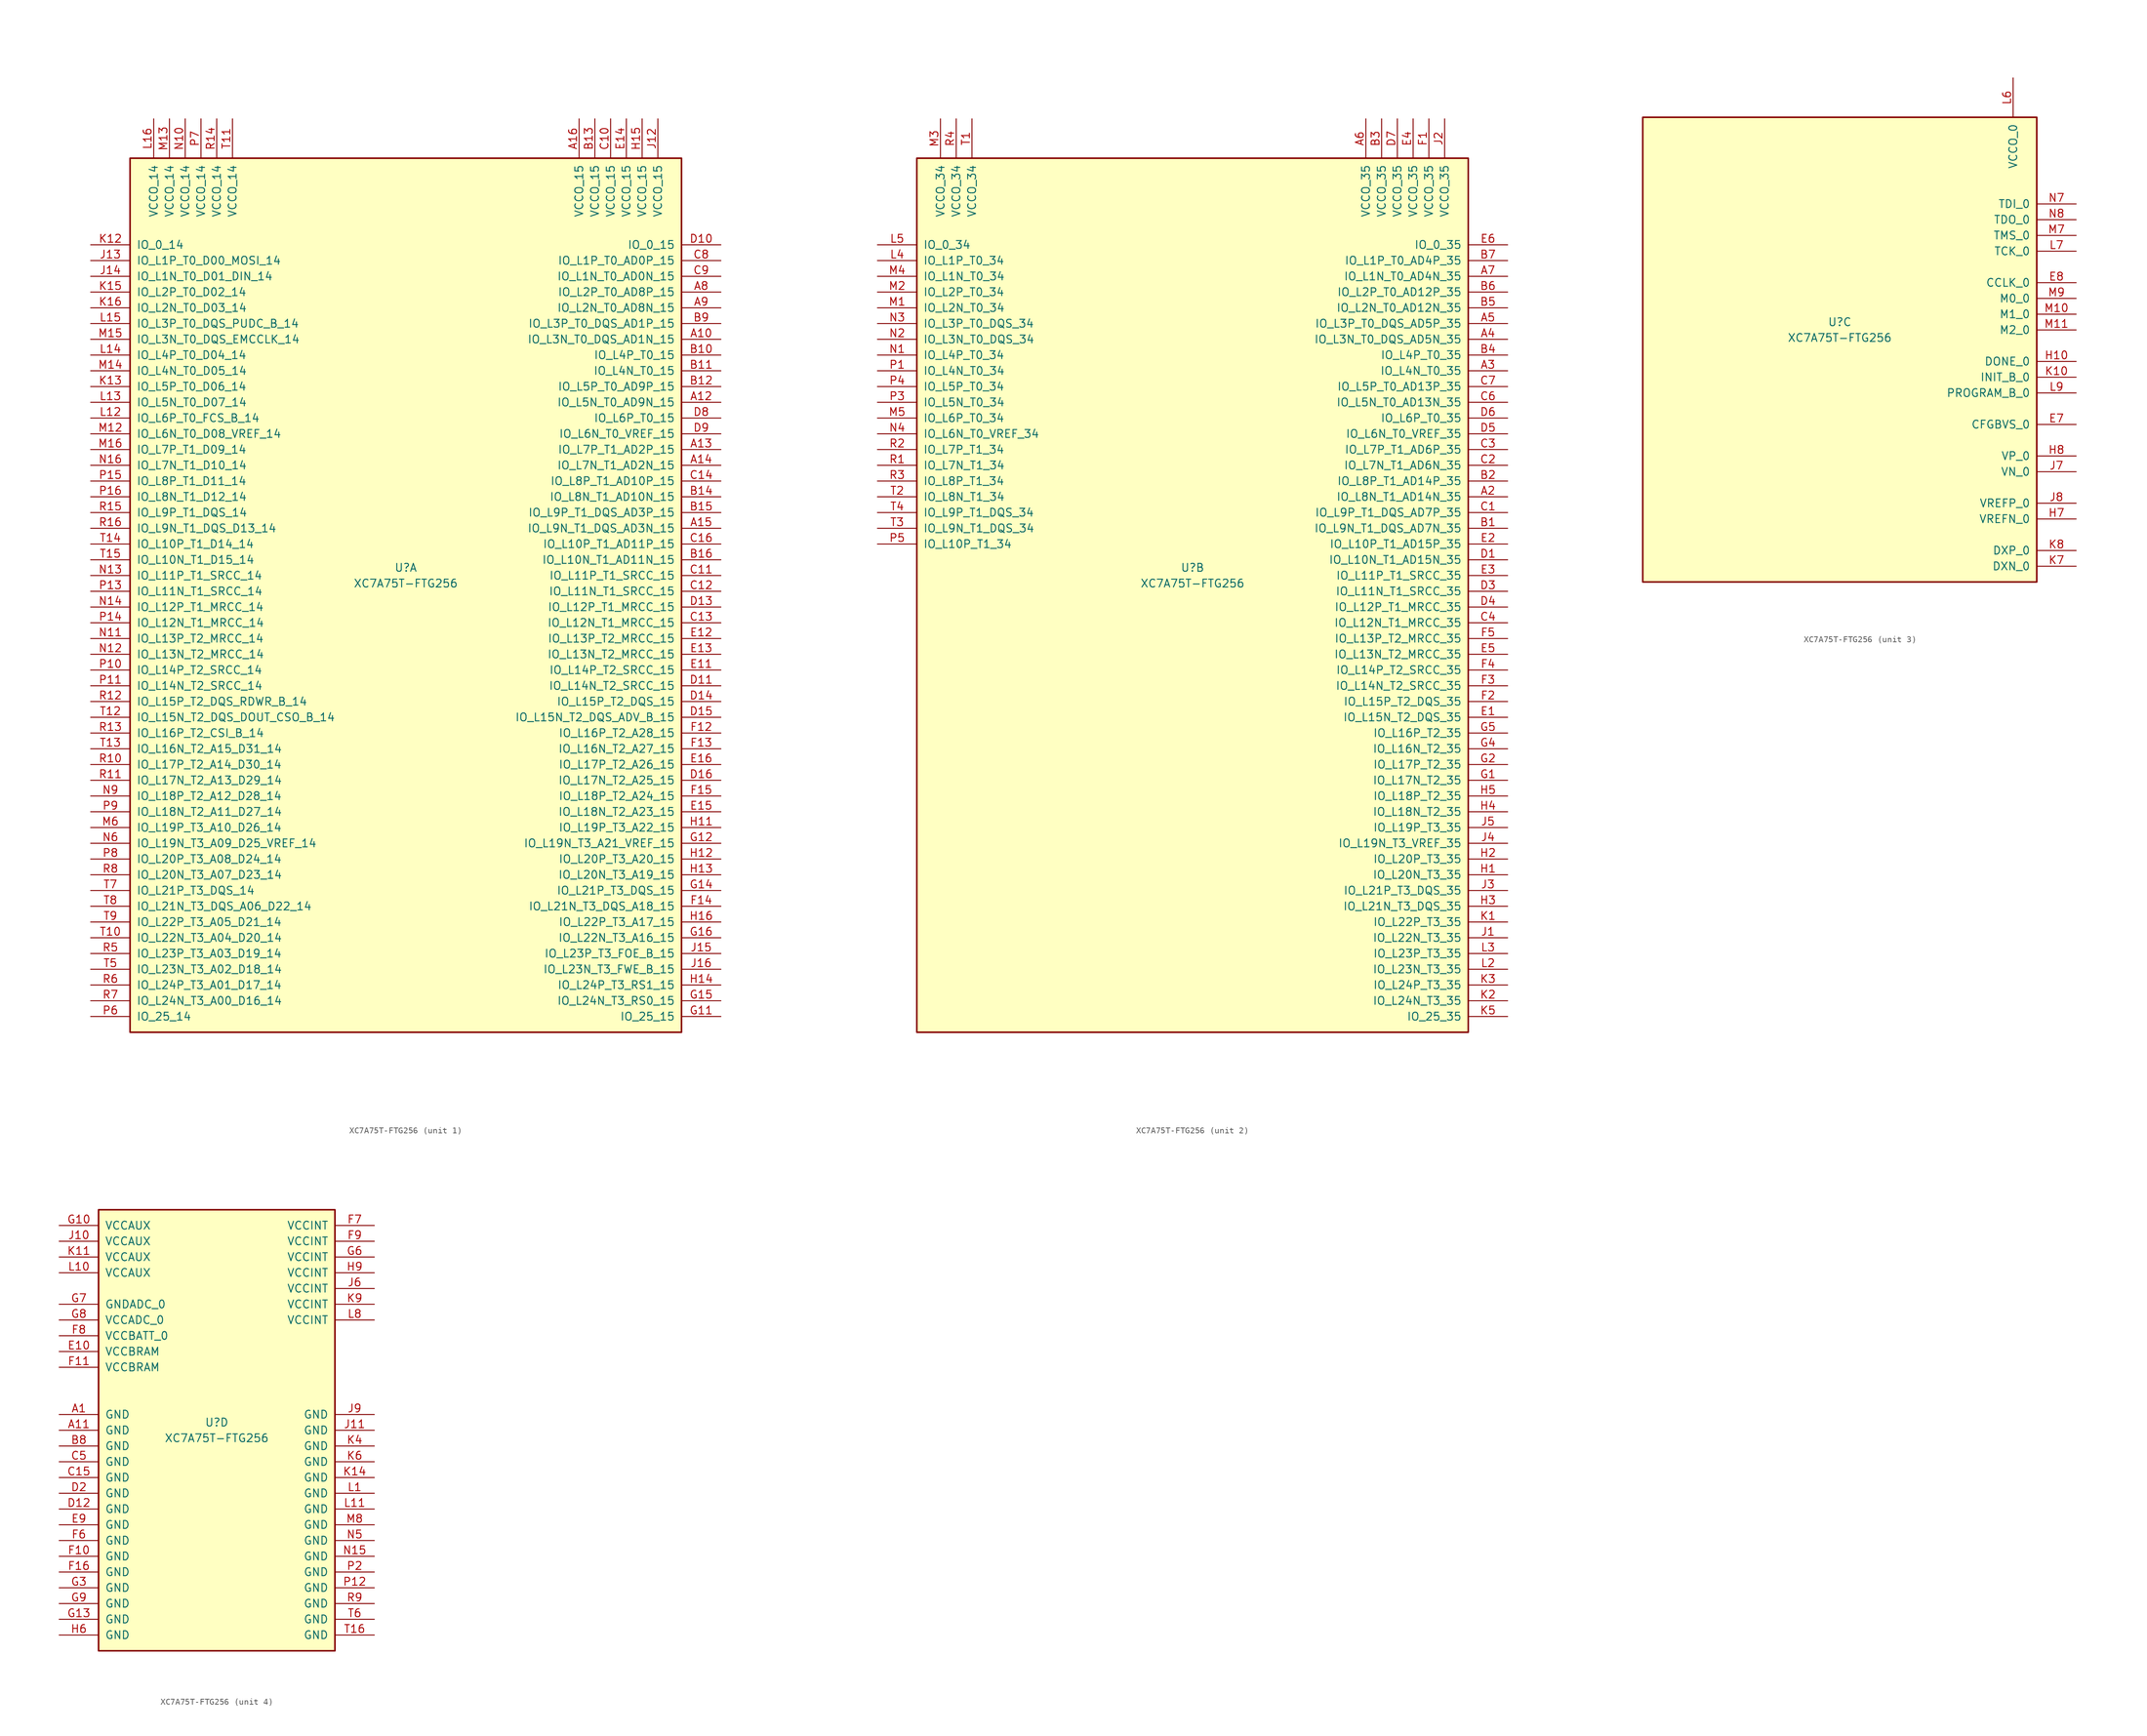
<source format=kicad_sym>
(kicad_symbol_lib
  (version 20220914)
  (generator kicad_symbol_editor)
  (symbol "XC7A75T-FTG256"
    (pin_names
      (offset 1.016))
    (property "Reference" "U"
      (at 0 1.27 0)
      (effects (font (size 1.27 1.27))))
    (property "Value" "XC7A75T-FTG256"
      (at 0 -1.27 0)
      (effects (font (size 1.27 1.27))))
    (property "Datasheet" ""
      (at 0 0 0)
      (effects (font (size 1.27 1.27))))
    (property "ki_locked" ""
      (at 0 0 0)
      (effects (font (size 1.27 1.27))))
    (symbol "XC7A75T-FTG256_1_1"
      (rectangle (start -44.45 67.31) (end 44.45 -73.66) (stroke (width 0.254) (type default)) (fill (type background)))
      (pin bidirectional line (at 50.8 38.1 180) (length 6.35) (name "IO_L3N_T0_DQS_AD1N_15" (effects (font (size 1.27 1.27)))) (number "A10" (effects (font (size 1.27 1.27)))))
      (pin bidirectional line (at 50.8 27.94 180) (length 6.35) (name "IO_L5N_T0_AD9N_15" (effects (font (size 1.27 1.27)))) (number "A12" (effects (font (size 1.27 1.27)))))
      (pin bidirectional line (at 50.8 20.32 180) (length 6.35) (name "IO_L7P_T1_AD2P_15" (effects (font (size 1.27 1.27)))) (number "A13" (effects (font (size 1.27 1.27)))))
      (pin bidirectional line (at 50.8 17.78 180) (length 6.35) (name "IO_L7N_T1_AD2N_15" (effects (font (size 1.27 1.27)))) (number "A14" (effects (font (size 1.27 1.27)))))
      (pin bidirectional line (at 50.8 7.62 180) (length 6.35) (name "IO_L9N_T1_DQS_AD3N_15" (effects (font (size 1.27 1.27)))) (number "A15" (effects (font (size 1.27 1.27)))))
      (pin power_in line (at 27.94 73.66 270) (length 6.35) (name "VCCO_15" (effects (font (size 1.27 1.27)))) (number "A16" (effects (font (size 1.27 1.27)))))
      (pin bidirectional line (at 50.8 45.72 180) (length 6.35) (name "IO_L2P_T0_AD8P_15" (effects (font (size 1.27 1.27)))) (number "A8" (effects (font (size 1.27 1.27)))))
      (pin bidirectional line (at 50.8 43.18 180) (length 6.35) (name "IO_L2N_T0_AD8N_15" (effects (font (size 1.27 1.27)))) (number "A9" (effects (font (size 1.27 1.27)))))
      (pin bidirectional line (at 50.8 35.56 180) (length 6.35) (name "IO_L4P_T0_15" (effects (font (size 1.27 1.27)))) (number "B10" (effects (font (size 1.27 1.27)))))
      (pin bidirectional line (at 50.8 33.02 180) (length 6.35) (name "IO_L4N_T0_15" (effects (font (size 1.27 1.27)))) (number "B11" (effects (font (size 1.27 1.27)))))
      (pin bidirectional line (at 50.8 30.48 180) (length 6.35) (name "IO_L5P_T0_AD9P_15" (effects (font (size 1.27 1.27)))) (number "B12" (effects (font (size 1.27 1.27)))))
      (pin power_in line (at 30.48 73.66 270) (length 6.35) (name "VCCO_15" (effects (font (size 1.27 1.27)))) (number "B13" (effects (font (size 1.27 1.27)))))
      (pin bidirectional line (at 50.8 12.7 180) (length 6.35) (name "IO_L8N_T1_AD10N_15" (effects (font (size 1.27 1.27)))) (number "B14" (effects (font (size 1.27 1.27)))))
      (pin bidirectional line (at 50.8 10.16 180) (length 6.35) (name "IO_L9P_T1_DQS_AD3P_15" (effects (font (size 1.27 1.27)))) (number "B15" (effects (font (size 1.27 1.27)))))
      (pin bidirectional line (at 50.8 2.54 180) (length 6.35) (name "IO_L10N_T1_AD11N_15" (effects (font (size 1.27 1.27)))) (number "B16" (effects (font (size 1.27 1.27)))))
      (pin bidirectional line (at 50.8 40.64 180) (length 6.35) (name "IO_L3P_T0_DQS_AD1P_15" (effects (font (size 1.27 1.27)))) (number "B9" (effects (font (size 1.27 1.27)))))
      (pin power_in line (at 33.02 73.66 270) (length 6.35) (name "VCCO_15" (effects (font (size 1.27 1.27)))) (number "C10" (effects (font (size 1.27 1.27)))))
      (pin bidirectional line (at 50.8 0 180) (length 6.35) (name "IO_L11P_T1_SRCC_15" (effects (font (size 1.27 1.27)))) (number "C11" (effects (font (size 1.27 1.27)))))
      (pin bidirectional line (at 50.8 -2.54 180) (length 6.35) (name "IO_L11N_T1_SRCC_15" (effects (font (size 1.27 1.27)))) (number "C12" (effects (font (size 1.27 1.27)))))
      (pin bidirectional line (at 50.8 -7.62 180) (length 6.35) (name "IO_L12N_T1_MRCC_15" (effects (font (size 1.27 1.27)))) (number "C13" (effects (font (size 1.27 1.27)))))
      (pin bidirectional line (at 50.8 15.24 180) (length 6.35) (name "IO_L8P_T1_AD10P_15" (effects (font (size 1.27 1.27)))) (number "C14" (effects (font (size 1.27 1.27)))))
      (pin bidirectional line (at 50.8 5.08 180) (length 6.35) (name "IO_L10P_T1_AD11P_15" (effects (font (size 1.27 1.27)))) (number "C16" (effects (font (size 1.27 1.27)))))
      (pin bidirectional line (at 50.8 50.8 180) (length 6.35) (name "IO_L1P_T0_AD0P_15" (effects (font (size 1.27 1.27)))) (number "C8" (effects (font (size 1.27 1.27)))))
      (pin bidirectional line (at 50.8 48.26 180) (length 6.35) (name "IO_L1N_T0_AD0N_15" (effects (font (size 1.27 1.27)))) (number "C9" (effects (font (size 1.27 1.27)))))
      (pin bidirectional line (at 50.8 53.34 180) (length 6.35) (name "IO_0_15" (effects (font (size 1.27 1.27)))) (number "D10" (effects (font (size 1.27 1.27)))))
      (pin bidirectional line (at 50.8 -17.78 180) (length 6.35) (name "IO_L14N_T2_SRCC_15" (effects (font (size 1.27 1.27)))) (number "D11" (effects (font (size 1.27 1.27)))))
      (pin bidirectional line (at 50.8 -5.08 180) (length 6.35) (name "IO_L12P_T1_MRCC_15" (effects (font (size 1.27 1.27)))) (number "D13" (effects (font (size 1.27 1.27)))))
      (pin bidirectional line (at 50.8 -20.32 180) (length 6.35) (name "IO_L15P_T2_DQS_15" (effects (font (size 1.27 1.27)))) (number "D14" (effects (font (size 1.27 1.27)))))
      (pin bidirectional line (at 50.8 -22.86 180) (length 6.35) (name "IO_L15N_T2_DQS_ADV_B_15" (effects (font (size 1.27 1.27)))) (number "D15" (effects (font (size 1.27 1.27)))))
      (pin bidirectional line (at 50.8 -33.02 180) (length 6.35) (name "IO_L17N_T2_A25_15" (effects (font (size 1.27 1.27)))) (number "D16" (effects (font (size 1.27 1.27)))))
      (pin bidirectional line (at 50.8 25.4 180) (length 6.35) (name "IO_L6P_T0_15" (effects (font (size 1.27 1.27)))) (number "D8" (effects (font (size 1.27 1.27)))))
      (pin bidirectional line (at 50.8 22.86 180) (length 6.35) (name "IO_L6N_T0_VREF_15" (effects (font (size 1.27 1.27)))) (number "D9" (effects (font (size 1.27 1.27)))))
      (pin bidirectional line (at 50.8 -15.24 180) (length 6.35) (name "IO_L14P_T2_SRCC_15" (effects (font (size 1.27 1.27)))) (number "E11" (effects (font (size 1.27 1.27)))))
      (pin bidirectional line (at 50.8 -10.16 180) (length 6.35) (name "IO_L13P_T2_MRCC_15" (effects (font (size 1.27 1.27)))) (number "E12" (effects (font (size 1.27 1.27)))))
      (pin bidirectional line (at 50.8 -12.7 180) (length 6.35) (name "IO_L13N_T2_MRCC_15" (effects (font (size 1.27 1.27)))) (number "E13" (effects (font (size 1.27 1.27)))))
      (pin power_in line (at 35.56 73.66 270) (length 6.35) (name "VCCO_15" (effects (font (size 1.27 1.27)))) (number "E14" (effects (font (size 1.27 1.27)))))
      (pin bidirectional line (at 50.8 -38.1 180) (length 6.35) (name "IO_L18N_T2_A23_15" (effects (font (size 1.27 1.27)))) (number "E15" (effects (font (size 1.27 1.27)))))
      (pin bidirectional line (at 50.8 -30.48 180) (length 6.35) (name "IO_L17P_T2_A26_15" (effects (font (size 1.27 1.27)))) (number "E16" (effects (font (size 1.27 1.27)))))
      (pin bidirectional line (at 50.8 -25.4 180) (length 6.35) (name "IO_L16P_T2_A28_15" (effects (font (size 1.27 1.27)))) (number "F12" (effects (font (size 1.27 1.27)))))
      (pin bidirectional line (at 50.8 -27.94 180) (length 6.35) (name "IO_L16N_T2_A27_15" (effects (font (size 1.27 1.27)))) (number "F13" (effects (font (size 1.27 1.27)))))
      (pin bidirectional line (at 50.8 -53.34 180) (length 6.35) (name "IO_L21N_T3_DQS_A18_15" (effects (font (size 1.27 1.27)))) (number "F14" (effects (font (size 1.27 1.27)))))
      (pin bidirectional line (at 50.8 -35.56 180) (length 6.35) (name "IO_L18P_T2_A24_15" (effects (font (size 1.27 1.27)))) (number "F15" (effects (font (size 1.27 1.27)))))
      (pin bidirectional line (at 50.8 -71.12 180) (length 6.35) (name "IO_25_15" (effects (font (size 1.27 1.27)))) (number "G11" (effects (font (size 1.27 1.27)))))
      (pin bidirectional line (at 50.8 -43.18 180) (length 6.35) (name "IO_L19N_T3_A21_VREF_15" (effects (font (size 1.27 1.27)))) (number "G12" (effects (font (size 1.27 1.27)))))
      (pin bidirectional line (at 50.8 -50.8 180) (length 6.35) (name "IO_L21P_T3_DQS_15" (effects (font (size 1.27 1.27)))) (number "G14" (effects (font (size 1.27 1.27)))))
      (pin bidirectional line (at 50.8 -68.58 180) (length 6.35) (name "IO_L24N_T3_RS0_15" (effects (font (size 1.27 1.27)))) (number "G15" (effects (font (size 1.27 1.27)))))
      (pin bidirectional line (at 50.8 -58.42 180) (length 6.35) (name "IO_L22N_T3_A16_15" (effects (font (size 1.27 1.27)))) (number "G16" (effects (font (size 1.27 1.27)))))
      (pin bidirectional line (at 50.8 -40.64 180) (length 6.35) (name "IO_L19P_T3_A22_15" (effects (font (size 1.27 1.27)))) (number "H11" (effects (font (size 1.27 1.27)))))
      (pin bidirectional line (at 50.8 -45.72 180) (length 6.35) (name "IO_L20P_T3_A20_15" (effects (font (size 1.27 1.27)))) (number "H12" (effects (font (size 1.27 1.27)))))
      (pin bidirectional line (at 50.8 -48.26 180) (length 6.35) (name "IO_L20N_T3_A19_15" (effects (font (size 1.27 1.27)))) (number "H13" (effects (font (size 1.27 1.27)))))
      (pin bidirectional line (at 50.8 -66.04 180) (length 6.35) (name "IO_L24P_T3_RS1_15" (effects (font (size 1.27 1.27)))) (number "H14" (effects (font (size 1.27 1.27)))))
      (pin power_in line (at 38.1 73.66 270) (length 6.35) (name "VCCO_15" (effects (font (size 1.27 1.27)))) (number "H15" (effects (font (size 1.27 1.27)))))
      (pin bidirectional line (at 50.8 -55.88 180) (length 6.35) (name "IO_L22P_T3_A17_15" (effects (font (size 1.27 1.27)))) (number "H16" (effects (font (size 1.27 1.27)))))
      (pin power_in line (at 40.64 73.66 270) (length 6.35) (name "VCCO_15" (effects (font (size 1.27 1.27)))) (number "J12" (effects (font (size 1.27 1.27)))))
      (pin bidirectional line (at -50.8 50.8 0) (length 6.35) (name "IO_L1P_T0_D00_MOSI_14" (effects (font (size 1.27 1.27)))) (number "J13" (effects (font (size 1.27 1.27)))))
      (pin bidirectional line (at -50.8 48.26 0) (length 6.35) (name "IO_L1N_T0_D01_DIN_14" (effects (font (size 1.27 1.27)))) (number "J14" (effects (font (size 1.27 1.27)))))
      (pin bidirectional line (at 50.8 -60.96 180) (length 6.35) (name "IO_L23P_T3_FOE_B_15" (effects (font (size 1.27 1.27)))) (number "J15" (effects (font (size 1.27 1.27)))))
      (pin bidirectional line (at 50.8 -63.5 180) (length 6.35) (name "IO_L23N_T3_FWE_B_15" (effects (font (size 1.27 1.27)))) (number "J16" (effects (font (size 1.27 1.27)))))
      (pin bidirectional line (at -50.8 53.34 0) (length 6.35) (name "IO_0_14" (effects (font (size 1.27 1.27)))) (number "K12" (effects (font (size 1.27 1.27)))))
      (pin bidirectional line (at -50.8 30.48 0) (length 6.35) (name "IO_L5P_T0_D06_14" (effects (font (size 1.27 1.27)))) (number "K13" (effects (font (size 1.27 1.27)))))
      (pin bidirectional line (at -50.8 45.72 0) (length 6.35) (name "IO_L2P_T0_D02_14" (effects (font (size 1.27 1.27)))) (number "K15" (effects (font (size 1.27 1.27)))))
      (pin bidirectional line (at -50.8 43.18 0) (length 6.35) (name "IO_L2N_T0_D03_14" (effects (font (size 1.27 1.27)))) (number "K16" (effects (font (size 1.27 1.27)))))
      (pin bidirectional line (at -50.8 25.4 0) (length 6.35) (name "IO_L6P_T0_FCS_B_14" (effects (font (size 1.27 1.27)))) (number "L12" (effects (font (size 1.27 1.27)))))
      (pin bidirectional line (at -50.8 27.94 0) (length 6.35) (name "IO_L5N_T0_D07_14" (effects (font (size 1.27 1.27)))) (number "L13" (effects (font (size 1.27 1.27)))))
      (pin bidirectional line (at -50.8 35.56 0) (length 6.35) (name "IO_L4P_T0_D04_14" (effects (font (size 1.27 1.27)))) (number "L14" (effects (font (size 1.27 1.27)))))
      (pin bidirectional line (at -50.8 40.64 0) (length 6.35) (name "IO_L3P_T0_DQS_PUDC_B_14" (effects (font (size 1.27 1.27)))) (number "L15" (effects (font (size 1.27 1.27)))))
      (pin power_in line (at -40.64 73.66 270) (length 6.35) (name "VCCO_14" (effects (font (size 1.27 1.27)))) (number "L16" (effects (font (size 1.27 1.27)))))
      (pin bidirectional line (at -50.8 22.86 0) (length 6.35) (name "IO_L6N_T0_D08_VREF_14" (effects (font (size 1.27 1.27)))) (number "M12" (effects (font (size 1.27 1.27)))))
      (pin power_in line (at -38.1 73.66 270) (length 6.35) (name "VCCO_14" (effects (font (size 1.27 1.27)))) (number "M13" (effects (font (size 1.27 1.27)))))
      (pin bidirectional line (at -50.8 33.02 0) (length 6.35) (name "IO_L4N_T0_D05_14" (effects (font (size 1.27 1.27)))) (number "M14" (effects (font (size 1.27 1.27)))))
      (pin bidirectional line (at -50.8 38.1 0) (length 6.35) (name "IO_L3N_T0_DQS_EMCCLK_14" (effects (font (size 1.27 1.27)))) (number "M15" (effects (font (size 1.27 1.27)))))
      (pin bidirectional line (at -50.8 20.32 0) (length 6.35) (name "IO_L7P_T1_D09_14" (effects (font (size 1.27 1.27)))) (number "M16" (effects (font (size 1.27 1.27)))))
      (pin bidirectional line (at -50.8 -40.64 0) (length 6.35) (name "IO_L19P_T3_A10_D26_14" (effects (font (size 1.27 1.27)))) (number "M6" (effects (font (size 1.27 1.27)))))
      (pin power_in line (at -35.56 73.66 270) (length 6.35) (name "VCCO_14" (effects (font (size 1.27 1.27)))) (number "N10" (effects (font (size 1.27 1.27)))))
      (pin bidirectional line (at -50.8 -10.16 0) (length 6.35) (name "IO_L13P_T2_MRCC_14" (effects (font (size 1.27 1.27)))) (number "N11" (effects (font (size 1.27 1.27)))))
      (pin bidirectional line (at -50.8 -12.7 0) (length 6.35) (name "IO_L13N_T2_MRCC_14" (effects (font (size 1.27 1.27)))) (number "N12" (effects (font (size 1.27 1.27)))))
      (pin bidirectional line (at -50.8 0 0) (length 6.35) (name "IO_L11P_T1_SRCC_14" (effects (font (size 1.27 1.27)))) (number "N13" (effects (font (size 1.27 1.27)))))
      (pin bidirectional line (at -50.8 -5.08 0) (length 6.35) (name "IO_L12P_T1_MRCC_14" (effects (font (size 1.27 1.27)))) (number "N14" (effects (font (size 1.27 1.27)))))
      (pin bidirectional line (at -50.8 17.78 0) (length 6.35) (name "IO_L7N_T1_D10_14" (effects (font (size 1.27 1.27)))) (number "N16" (effects (font (size 1.27 1.27)))))
      (pin bidirectional line (at -50.8 -43.18 0) (length 6.35) (name "IO_L19N_T3_A09_D25_VREF_14" (effects (font (size 1.27 1.27)))) (number "N6" (effects (font (size 1.27 1.27)))))
      (pin bidirectional line (at -50.8 -35.56 0) (length 6.35) (name "IO_L18P_T2_A12_D28_14" (effects (font (size 1.27 1.27)))) (number "N9" (effects (font (size 1.27 1.27)))))
      (pin bidirectional line (at -50.8 -15.24 0) (length 6.35) (name "IO_L14P_T2_SRCC_14" (effects (font (size 1.27 1.27)))) (number "P10" (effects (font (size 1.27 1.27)))))
      (pin bidirectional line (at -50.8 -17.78 0) (length 6.35) (name "IO_L14N_T2_SRCC_14" (effects (font (size 1.27 1.27)))) (number "P11" (effects (font (size 1.27 1.27)))))
      (pin bidirectional line (at -50.8 -2.54 0) (length 6.35) (name "IO_L11N_T1_SRCC_14" (effects (font (size 1.27 1.27)))) (number "P13" (effects (font (size 1.27 1.27)))))
      (pin bidirectional line (at -50.8 -7.62 0) (length 6.35) (name "IO_L12N_T1_MRCC_14" (effects (font (size 1.27 1.27)))) (number "P14" (effects (font (size 1.27 1.27)))))
      (pin bidirectional line (at -50.8 15.24 0) (length 6.35) (name "IO_L8P_T1_D11_14" (effects (font (size 1.27 1.27)))) (number "P15" (effects (font (size 1.27 1.27)))))
      (pin bidirectional line (at -50.8 12.7 0) (length 6.35) (name "IO_L8N_T1_D12_14" (effects (font (size 1.27 1.27)))) (number "P16" (effects (font (size 1.27 1.27)))))
      (pin bidirectional line (at -50.8 -71.12 0) (length 6.35) (name "IO_25_14" (effects (font (size 1.27 1.27)))) (number "P6" (effects (font (size 1.27 1.27)))))
      (pin power_in line (at -33.02 73.66 270) (length 6.35) (name "VCCO_14" (effects (font (size 1.27 1.27)))) (number "P7" (effects (font (size 1.27 1.27)))))
      (pin bidirectional line (at -50.8 -45.72 0) (length 6.35) (name "IO_L20P_T3_A08_D24_14" (effects (font (size 1.27 1.27)))) (number "P8" (effects (font (size 1.27 1.27)))))
      (pin bidirectional line (at -50.8 -38.1 0) (length 6.35) (name "IO_L18N_T2_A11_D27_14" (effects (font (size 1.27 1.27)))) (number "P9" (effects (font (size 1.27 1.27)))))
      (pin bidirectional line (at -50.8 -30.48 0) (length 6.35) (name "IO_L17P_T2_A14_D30_14" (effects (font (size 1.27 1.27)))) (number "R10" (effects (font (size 1.27 1.27)))))
      (pin bidirectional line (at -50.8 -33.02 0) (length 6.35) (name "IO_L17N_T2_A13_D29_14" (effects (font (size 1.27 1.27)))) (number "R11" (effects (font (size 1.27 1.27)))))
      (pin bidirectional line (at -50.8 -20.32 0) (length 6.35) (name "IO_L15P_T2_DQS_RDWR_B_14" (effects (font (size 1.27 1.27)))) (number "R12" (effects (font (size 1.27 1.27)))))
      (pin bidirectional line (at -50.8 -25.4 0) (length 6.35) (name "IO_L16P_T2_CSI_B_14" (effects (font (size 1.27 1.27)))) (number "R13" (effects (font (size 1.27 1.27)))))
      (pin power_in line (at -30.48 73.66 270) (length 6.35) (name "VCCO_14" (effects (font (size 1.27 1.27)))) (number "R14" (effects (font (size 1.27 1.27)))))
      (pin bidirectional line (at -50.8 10.16 0) (length 6.35) (name "IO_L9P_T1_DQS_14" (effects (font (size 1.27 1.27)))) (number "R15" (effects (font (size 1.27 1.27)))))
      (pin bidirectional line (at -50.8 7.62 0) (length 6.35) (name "IO_L9N_T1_DQS_D13_14" (effects (font (size 1.27 1.27)))) (number "R16" (effects (font (size 1.27 1.27)))))
      (pin bidirectional line (at -50.8 -60.96 0) (length 6.35) (name "IO_L23P_T3_A03_D19_14" (effects (font (size 1.27 1.27)))) (number "R5" (effects (font (size 1.27 1.27)))))
      (pin bidirectional line (at -50.8 -66.04 0) (length 6.35) (name "IO_L24P_T3_A01_D17_14" (effects (font (size 1.27 1.27)))) (number "R6" (effects (font (size 1.27 1.27)))))
      (pin bidirectional line (at -50.8 -68.58 0) (length 6.35) (name "IO_L24N_T3_A00_D16_14" (effects (font (size 1.27 1.27)))) (number "R7" (effects (font (size 1.27 1.27)))))
      (pin bidirectional line (at -50.8 -48.26 0) (length 6.35) (name "IO_L20N_T3_A07_D23_14" (effects (font (size 1.27 1.27)))) (number "R8" (effects (font (size 1.27 1.27)))))
      (pin bidirectional line (at -50.8 -58.42 0) (length 6.35) (name "IO_L22N_T3_A04_D20_14" (effects (font (size 1.27 1.27)))) (number "T10" (effects (font (size 1.27 1.27)))))
      (pin power_in line (at -27.94 73.66 270) (length 6.35) (name "VCCO_14" (effects (font (size 1.27 1.27)))) (number "T11" (effects (font (size 1.27 1.27)))))
      (pin bidirectional line (at -50.8 -22.86 0) (length 6.35) (name "IO_L15N_T2_DQS_DOUT_CSO_B_14" (effects (font (size 1.27 1.27)))) (number "T12" (effects (font (size 1.27 1.27)))))
      (pin bidirectional line (at -50.8 -27.94 0) (length 6.35) (name "IO_L16N_T2_A15_D31_14" (effects (font (size 1.27 1.27)))) (number "T13" (effects (font (size 1.27 1.27)))))
      (pin bidirectional line (at -50.8 5.08 0) (length 6.35) (name "IO_L10P_T1_D14_14" (effects (font (size 1.27 1.27)))) (number "T14" (effects (font (size 1.27 1.27)))))
      (pin bidirectional line (at -50.8 2.54 0) (length 6.35) (name "IO_L10N_T1_D15_14" (effects (font (size 1.27 1.27)))) (number "T15" (effects (font (size 1.27 1.27)))))
      (pin bidirectional line (at -50.8 -63.5 0) (length 6.35) (name "IO_L23N_T3_A02_D18_14" (effects (font (size 1.27 1.27)))) (number "T5" (effects (font (size 1.27 1.27)))))
      (pin bidirectional line (at -50.8 -50.8 0) (length 6.35) (name "IO_L21P_T3_DQS_14" (effects (font (size 1.27 1.27)))) (number "T7" (effects (font (size 1.27 1.27)))))
      (pin bidirectional line (at -50.8 -53.34 0) (length 6.35) (name "IO_L21N_T3_DQS_A06_D22_14" (effects (font (size 1.27 1.27)))) (number "T8" (effects (font (size 1.27 1.27)))))
      (pin bidirectional line (at -50.8 -55.88 0) (length 6.35) (name "IO_L22P_T3_A05_D21_14" (effects (font (size 1.27 1.27)))) (number "T9" (effects (font (size 1.27 1.27))))))
    (symbol "XC7A75T-FTG256_2_1"
      (rectangle (start -44.45 67.31) (end 44.45 -73.66) (stroke (width 0.254) (type default)) (fill (type background)))
      (pin bidirectional line (at 50.8 12.7 180) (length 6.35) (name "IO_L8N_T1_AD14N_35" (effects (font (size 1.27 1.27)))) (number "A2" (effects (font (size 1.27 1.27)))))
      (pin bidirectional line (at 50.8 33.02 180) (length 6.35) (name "IO_L4N_T0_35" (effects (font (size 1.27 1.27)))) (number "A3" (effects (font (size 1.27 1.27)))))
      (pin bidirectional line (at 50.8 38.1 180) (length 6.35) (name "IO_L3N_T0_DQS_AD5N_35" (effects (font (size 1.27 1.27)))) (number "A4" (effects (font (size 1.27 1.27)))))
      (pin bidirectional line (at 50.8 40.64 180) (length 6.35) (name "IO_L3P_T0_DQS_AD5P_35" (effects (font (size 1.27 1.27)))) (number "A5" (effects (font (size 1.27 1.27)))))
      (pin power_in line (at 27.94 73.66 270) (length 6.35) (name "VCCO_35" (effects (font (size 1.27 1.27)))) (number "A6" (effects (font (size 1.27 1.27)))))
      (pin bidirectional line (at 50.8 48.26 180) (length 6.35) (name "IO_L1N_T0_AD4N_35" (effects (font (size 1.27 1.27)))) (number "A7" (effects (font (size 1.27 1.27)))))
      (pin bidirectional line (at 50.8 7.62 180) (length 6.35) (name "IO_L9N_T1_DQS_AD7N_35" (effects (font (size 1.27 1.27)))) (number "B1" (effects (font (size 1.27 1.27)))))
      (pin bidirectional line (at 50.8 15.24 180) (length 6.35) (name "IO_L8P_T1_AD14P_35" (effects (font (size 1.27 1.27)))) (number "B2" (effects (font (size 1.27 1.27)))))
      (pin power_in line (at 30.48 73.66 270) (length 6.35) (name "VCCO_35" (effects (font (size 1.27 1.27)))) (number "B3" (effects (font (size 1.27 1.27)))))
      (pin bidirectional line (at 50.8 35.56 180) (length 6.35) (name "IO_L4P_T0_35" (effects (font (size 1.27 1.27)))) (number "B4" (effects (font (size 1.27 1.27)))))
      (pin bidirectional line (at 50.8 43.18 180) (length 6.35) (name "IO_L2N_T0_AD12N_35" (effects (font (size 1.27 1.27)))) (number "B5" (effects (font (size 1.27 1.27)))))
      (pin bidirectional line (at 50.8 45.72 180) (length 6.35) (name "IO_L2P_T0_AD12P_35" (effects (font (size 1.27 1.27)))) (number "B6" (effects (font (size 1.27 1.27)))))
      (pin bidirectional line (at 50.8 50.8 180) (length 6.35) (name "IO_L1P_T0_AD4P_35" (effects (font (size 1.27 1.27)))) (number "B7" (effects (font (size 1.27 1.27)))))
      (pin bidirectional line (at 50.8 10.16 180) (length 6.35) (name "IO_L9P_T1_DQS_AD7P_35" (effects (font (size 1.27 1.27)))) (number "C1" (effects (font (size 1.27 1.27)))))
      (pin bidirectional line (at 50.8 17.78 180) (length 6.35) (name "IO_L7N_T1_AD6N_35" (effects (font (size 1.27 1.27)))) (number "C2" (effects (font (size 1.27 1.27)))))
      (pin bidirectional line (at 50.8 20.32 180) (length 6.35) (name "IO_L7P_T1_AD6P_35" (effects (font (size 1.27 1.27)))) (number "C3" (effects (font (size 1.27 1.27)))))
      (pin bidirectional line (at 50.8 -7.62 180) (length 6.35) (name "IO_L12N_T1_MRCC_35" (effects (font (size 1.27 1.27)))) (number "C4" (effects (font (size 1.27 1.27)))))
      (pin bidirectional line (at 50.8 27.94 180) (length 6.35) (name "IO_L5N_T0_AD13N_35" (effects (font (size 1.27 1.27)))) (number "C6" (effects (font (size 1.27 1.27)))))
      (pin bidirectional line (at 50.8 30.48 180) (length 6.35) (name "IO_L5P_T0_AD13P_35" (effects (font (size 1.27 1.27)))) (number "C7" (effects (font (size 1.27 1.27)))))
      (pin bidirectional line (at 50.8 2.54 180) (length 6.35) (name "IO_L10N_T1_AD15N_35" (effects (font (size 1.27 1.27)))) (number "D1" (effects (font (size 1.27 1.27)))))
      (pin bidirectional line (at 50.8 -2.54 180) (length 6.35) (name "IO_L11N_T1_SRCC_35" (effects (font (size 1.27 1.27)))) (number "D3" (effects (font (size 1.27 1.27)))))
      (pin bidirectional line (at 50.8 -5.08 180) (length 6.35) (name "IO_L12P_T1_MRCC_35" (effects (font (size 1.27 1.27)))) (number "D4" (effects (font (size 1.27 1.27)))))
      (pin bidirectional line (at 50.8 22.86 180) (length 6.35) (name "IO_L6N_T0_VREF_35" (effects (font (size 1.27 1.27)))) (number "D5" (effects (font (size 1.27 1.27)))))
      (pin bidirectional line (at 50.8 25.4 180) (length 6.35) (name "IO_L6P_T0_35" (effects (font (size 1.27 1.27)))) (number "D6" (effects (font (size 1.27 1.27)))))
      (pin power_in line (at 33.02 73.66 270) (length 6.35) (name "VCCO_35" (effects (font (size 1.27 1.27)))) (number "D7" (effects (font (size 1.27 1.27)))))
      (pin bidirectional line (at 50.8 -22.86 180) (length 6.35) (name "IO_L15N_T2_DQS_35" (effects (font (size 1.27 1.27)))) (number "E1" (effects (font (size 1.27 1.27)))))
      (pin bidirectional line (at 50.8 5.08 180) (length 6.35) (name "IO_L10P_T1_AD15P_35" (effects (font (size 1.27 1.27)))) (number "E2" (effects (font (size 1.27 1.27)))))
      (pin bidirectional line (at 50.8 0 180) (length 6.35) (name "IO_L11P_T1_SRCC_35" (effects (font (size 1.27 1.27)))) (number "E3" (effects (font (size 1.27 1.27)))))
      (pin power_in line (at 35.56 73.66 270) (length 6.35) (name "VCCO_35" (effects (font (size 1.27 1.27)))) (number "E4" (effects (font (size 1.27 1.27)))))
      (pin bidirectional line (at 50.8 -12.7 180) (length 6.35) (name "IO_L13N_T2_MRCC_35" (effects (font (size 1.27 1.27)))) (number "E5" (effects (font (size 1.27 1.27)))))
      (pin bidirectional line (at 50.8 53.34 180) (length 6.35) (name "IO_0_35" (effects (font (size 1.27 1.27)))) (number "E6" (effects (font (size 1.27 1.27)))))
      (pin power_in line (at 38.1 73.66 270) (length 6.35) (name "VCCO_35" (effects (font (size 1.27 1.27)))) (number "F1" (effects (font (size 1.27 1.27)))))
      (pin bidirectional line (at 50.8 -20.32 180) (length 6.35) (name "IO_L15P_T2_DQS_35" (effects (font (size 1.27 1.27)))) (number "F2" (effects (font (size 1.27 1.27)))))
      (pin bidirectional line (at 50.8 -17.78 180) (length 6.35) (name "IO_L14N_T2_SRCC_35" (effects (font (size 1.27 1.27)))) (number "F3" (effects (font (size 1.27 1.27)))))
      (pin bidirectional line (at 50.8 -15.24 180) (length 6.35) (name "IO_L14P_T2_SRCC_35" (effects (font (size 1.27 1.27)))) (number "F4" (effects (font (size 1.27 1.27)))))
      (pin bidirectional line (at 50.8 -10.16 180) (length 6.35) (name "IO_L13P_T2_MRCC_35" (effects (font (size 1.27 1.27)))) (number "F5" (effects (font (size 1.27 1.27)))))
      (pin bidirectional line (at 50.8 -33.02 180) (length 6.35) (name "IO_L17N_T2_35" (effects (font (size 1.27 1.27)))) (number "G1" (effects (font (size 1.27 1.27)))))
      (pin bidirectional line (at 50.8 -30.48 180) (length 6.35) (name "IO_L17P_T2_35" (effects (font (size 1.27 1.27)))) (number "G2" (effects (font (size 1.27 1.27)))))
      (pin bidirectional line (at 50.8 -27.94 180) (length 6.35) (name "IO_L16N_T2_35" (effects (font (size 1.27 1.27)))) (number "G4" (effects (font (size 1.27 1.27)))))
      (pin bidirectional line (at 50.8 -25.4 180) (length 6.35) (name "IO_L16P_T2_35" (effects (font (size 1.27 1.27)))) (number "G5" (effects (font (size 1.27 1.27)))))
      (pin bidirectional line (at 50.8 -48.26 180) (length 6.35) (name "IO_L20N_T3_35" (effects (font (size 1.27 1.27)))) (number "H1" (effects (font (size 1.27 1.27)))))
      (pin bidirectional line (at 50.8 -45.72 180) (length 6.35) (name "IO_L20P_T3_35" (effects (font (size 1.27 1.27)))) (number "H2" (effects (font (size 1.27 1.27)))))
      (pin bidirectional line (at 50.8 -53.34 180) (length 6.35) (name "IO_L21N_T3_DQS_35" (effects (font (size 1.27 1.27)))) (number "H3" (effects (font (size 1.27 1.27)))))
      (pin bidirectional line (at 50.8 -38.1 180) (length 6.35) (name "IO_L18N_T2_35" (effects (font (size 1.27 1.27)))) (number "H4" (effects (font (size 1.27 1.27)))))
      (pin bidirectional line (at 50.8 -35.56 180) (length 6.35) (name "IO_L18P_T2_35" (effects (font (size 1.27 1.27)))) (number "H5" (effects (font (size 1.27 1.27)))))
      (pin bidirectional line (at 50.8 -58.42 180) (length 6.35) (name "IO_L22N_T3_35" (effects (font (size 1.27 1.27)))) (number "J1" (effects (font (size 1.27 1.27)))))
      (pin power_in line (at 40.64 73.66 270) (length 6.35) (name "VCCO_35" (effects (font (size 1.27 1.27)))) (number "J2" (effects (font (size 1.27 1.27)))))
      (pin bidirectional line (at 50.8 -50.8 180) (length 6.35) (name "IO_L21P_T3_DQS_35" (effects (font (size 1.27 1.27)))) (number "J3" (effects (font (size 1.27 1.27)))))
      (pin bidirectional line (at 50.8 -43.18 180) (length 6.35) (name "IO_L19N_T3_VREF_35" (effects (font (size 1.27 1.27)))) (number "J4" (effects (font (size 1.27 1.27)))))
      (pin bidirectional line (at 50.8 -40.64 180) (length 6.35) (name "IO_L19P_T3_35" (effects (font (size 1.27 1.27)))) (number "J5" (effects (font (size 1.27 1.27)))))
      (pin bidirectional line (at 50.8 -55.88 180) (length 6.35) (name "IO_L22P_T3_35" (effects (font (size 1.27 1.27)))) (number "K1" (effects (font (size 1.27 1.27)))))
      (pin bidirectional line (at 50.8 -68.58 180) (length 6.35) (name "IO_L24N_T3_35" (effects (font (size 1.27 1.27)))) (number "K2" (effects (font (size 1.27 1.27)))))
      (pin bidirectional line (at 50.8 -66.04 180) (length 6.35) (name "IO_L24P_T3_35" (effects (font (size 1.27 1.27)))) (number "K3" (effects (font (size 1.27 1.27)))))
      (pin bidirectional line (at 50.8 -71.12 180) (length 6.35) (name "IO_25_35" (effects (font (size 1.27 1.27)))) (number "K5" (effects (font (size 1.27 1.27)))))
      (pin bidirectional line (at 50.8 -63.5 180) (length 6.35) (name "IO_L23N_T3_35" (effects (font (size 1.27 1.27)))) (number "L2" (effects (font (size 1.27 1.27)))))
      (pin bidirectional line (at 50.8 -60.96 180) (length 6.35) (name "IO_L23P_T3_35" (effects (font (size 1.27 1.27)))) (number "L3" (effects (font (size 1.27 1.27)))))
      (pin bidirectional line (at -50.8 50.8 0) (length 6.35) (name "IO_L1P_T0_34" (effects (font (size 1.27 1.27)))) (number "L4" (effects (font (size 1.27 1.27)))))
      (pin bidirectional line (at -50.8 53.34 0) (length 6.35) (name "IO_0_34" (effects (font (size 1.27 1.27)))) (number "L5" (effects (font (size 1.27 1.27)))))
      (pin bidirectional line (at -50.8 43.18 0) (length 6.35) (name "IO_L2N_T0_34" (effects (font (size 1.27 1.27)))) (number "M1" (effects (font (size 1.27 1.27)))))
      (pin bidirectional line (at -50.8 45.72 0) (length 6.35) (name "IO_L2P_T0_34" (effects (font (size 1.27 1.27)))) (number "M2" (effects (font (size 1.27 1.27)))))
      (pin power_in line (at -40.64 73.66 270) (length 6.35) (name "VCCO_34" (effects (font (size 1.27 1.27)))) (number "M3" (effects (font (size 1.27 1.27)))))
      (pin bidirectional line (at -50.8 48.26 0) (length 6.35) (name "IO_L1N_T0_34" (effects (font (size 1.27 1.27)))) (number "M4" (effects (font (size 1.27 1.27)))))
      (pin bidirectional line (at -50.8 25.4 0) (length 6.35) (name "IO_L6P_T0_34" (effects (font (size 1.27 1.27)))) (number "M5" (effects (font (size 1.27 1.27)))))
      (pin bidirectional line (at -50.8 35.56 0) (length 6.35) (name "IO_L4P_T0_34" (effects (font (size 1.27 1.27)))) (number "N1" (effects (font (size 1.27 1.27)))))
      (pin bidirectional line (at -50.8 38.1 0) (length 6.35) (name "IO_L3N_T0_DQS_34" (effects (font (size 1.27 1.27)))) (number "N2" (effects (font (size 1.27 1.27)))))
      (pin bidirectional line (at -50.8 40.64 0) (length 6.35) (name "IO_L3P_T0_DQS_34" (effects (font (size 1.27 1.27)))) (number "N3" (effects (font (size 1.27 1.27)))))
      (pin bidirectional line (at -50.8 22.86 0) (length 6.35) (name "IO_L6N_T0_VREF_34" (effects (font (size 1.27 1.27)))) (number "N4" (effects (font (size 1.27 1.27)))))
      (pin bidirectional line (at -50.8 33.02 0) (length 6.35) (name "IO_L4N_T0_34" (effects (font (size 1.27 1.27)))) (number "P1" (effects (font (size 1.27 1.27)))))
      (pin bidirectional line (at -50.8 27.94 0) (length 6.35) (name "IO_L5N_T0_34" (effects (font (size 1.27 1.27)))) (number "P3" (effects (font (size 1.27 1.27)))))
      (pin bidirectional line (at -50.8 30.48 0) (length 6.35) (name "IO_L5P_T0_34" (effects (font (size 1.27 1.27)))) (number "P4" (effects (font (size 1.27 1.27)))))
      (pin bidirectional line (at -50.8 5.08 0) (length 6.35) (name "IO_L10P_T1_34" (effects (font (size 1.27 1.27)))) (number "P5" (effects (font (size 1.27 1.27)))))
      (pin bidirectional line (at -50.8 17.78 0) (length 6.35) (name "IO_L7N_T1_34" (effects (font (size 1.27 1.27)))) (number "R1" (effects (font (size 1.27 1.27)))))
      (pin bidirectional line (at -50.8 20.32 0) (length 6.35) (name "IO_L7P_T1_34" (effects (font (size 1.27 1.27)))) (number "R2" (effects (font (size 1.27 1.27)))))
      (pin bidirectional line (at -50.8 15.24 0) (length 6.35) (name "IO_L8P_T1_34" (effects (font (size 1.27 1.27)))) (number "R3" (effects (font (size 1.27 1.27)))))
      (pin power_in line (at -38.1 73.66 270) (length 6.35) (name "VCCO_34" (effects (font (size 1.27 1.27)))) (number "R4" (effects (font (size 1.27 1.27)))))
      (pin power_in line (at -35.56 73.66 270) (length 6.35) (name "VCCO_34" (effects (font (size 1.27 1.27)))) (number "T1" (effects (font (size 1.27 1.27)))))
      (pin bidirectional line (at -50.8 12.7 0) (length 6.35) (name "IO_L8N_T1_34" (effects (font (size 1.27 1.27)))) (number "T2" (effects (font (size 1.27 1.27)))))
      (pin bidirectional line (at -50.8 7.62 0) (length 6.35) (name "IO_L9N_T1_DQS_34" (effects (font (size 1.27 1.27)))) (number "T3" (effects (font (size 1.27 1.27)))))
      (pin bidirectional line (at -50.8 10.16 0) (length 6.35) (name "IO_L9P_T1_DQS_34" (effects (font (size 1.27 1.27)))) (number "T4" (effects (font (size 1.27 1.27))))))
    (symbol "XC7A75T-FTG256_3_1"
      (rectangle (start -31.75 34.29) (end 31.75 -40.64) (stroke (width 0.254) (type default)) (fill (type background)))
      (pin bidirectional line (at 38.1 -15.24 180) (length 6.35) (name "CFGBVS_0" (effects (font (size 1.27 1.27)))) (number "E7" (effects (font (size 1.27 1.27)))))
      (pin bidirectional line (at 38.1 7.62 180) (length 6.35) (name "CCLK_0" (effects (font (size 1.27 1.27)))) (number "E8" (effects (font (size 1.27 1.27)))))
      (pin bidirectional line (at 38.1 -5.08 180) (length 6.35) (name "DONE_0" (effects (font (size 1.27 1.27)))) (number "H10" (effects (font (size 1.27 1.27)))))
      (pin bidirectional line (at 38.1 -30.48 180) (length 6.35) (name "VREFN_0" (effects (font (size 1.27 1.27)))) (number "H7" (effects (font (size 1.27 1.27)))))
      (pin bidirectional line (at 38.1 -20.32 180) (length 6.35) (name "VP_0" (effects (font (size 1.27 1.27)))) (number "H8" (effects (font (size 1.27 1.27)))))
      (pin bidirectional line (at 38.1 -22.86 180) (length 6.35) (name "VN_0" (effects (font (size 1.27 1.27)))) (number "J7" (effects (font (size 1.27 1.27)))))
      (pin bidirectional line (at 38.1 -27.94 180) (length 6.35) (name "VREFP_0" (effects (font (size 1.27 1.27)))) (number "J8" (effects (font (size 1.27 1.27)))))
      (pin bidirectional line (at 38.1 -7.62 180) (length 6.35) (name "INIT_B_0" (effects (font (size 1.27 1.27)))) (number "K10" (effects (font (size 1.27 1.27)))))
      (pin bidirectional line (at 38.1 -38.1 180) (length 6.35) (name "DXN_0" (effects (font (size 1.27 1.27)))) (number "K7" (effects (font (size 1.27 1.27)))))
      (pin bidirectional line (at 38.1 -35.56 180) (length 6.35) (name "DXP_0" (effects (font (size 1.27 1.27)))) (number "K8" (effects (font (size 1.27 1.27)))))
      (pin power_in line (at 27.94 40.64 270) (length 6.35) (name "VCCO_0" (effects (font (size 1.27 1.27)))) (number "L6" (effects (font (size 1.27 1.27)))))
      (pin bidirectional line (at 38.1 12.7 180) (length 6.35) (name "TCK_0" (effects (font (size 1.27 1.27)))) (number "L7" (effects (font (size 1.27 1.27)))))
      (pin bidirectional line (at 38.1 -10.16 180) (length 6.35) (name "PROGRAM_B_0" (effects (font (size 1.27 1.27)))) (number "L9" (effects (font (size 1.27 1.27)))))
      (pin bidirectional line (at 38.1 2.54 180) (length 6.35) (name "M1_0" (effects (font (size 1.27 1.27)))) (number "M10" (effects (font (size 1.27 1.27)))))
      (pin bidirectional line (at 38.1 0 180) (length 6.35) (name "M2_0" (effects (font (size 1.27 1.27)))) (number "M11" (effects (font (size 1.27 1.27)))))
      (pin bidirectional line (at 38.1 15.24 180) (length 6.35) (name "TMS_0" (effects (font (size 1.27 1.27)))) (number "M7" (effects (font (size 1.27 1.27)))))
      (pin bidirectional line (at 38.1 5.08 180) (length 6.35) (name "M0_0" (effects (font (size 1.27 1.27)))) (number "M9" (effects (font (size 1.27 1.27)))))
      (pin bidirectional line (at 38.1 20.32 180) (length 6.35) (name "TDI_0" (effects (font (size 1.27 1.27)))) (number "N7" (effects (font (size 1.27 1.27)))))
      (pin bidirectional line (at 38.1 17.78 180) (length 6.35) (name "TDO_0" (effects (font (size 1.27 1.27)))) (number "N8" (effects (font (size 1.27 1.27))))))
    (symbol "XC7A75T-FTG256_4_1"
      (rectangle (start -19.05 35.56) (end 19.05 -35.56) (stroke (width 0.254) (type default)) (fill (type background)))
      (pin power_in line (at -25.4 2.54 0) (length 6.35) (name "GND" (effects (font (size 1.27 1.27)))) (number "A1" (effects (font (size 1.27 1.27)))))
      (pin power_in line (at -25.4 0 0) (length 6.35) (name "GND" (effects (font (size 1.27 1.27)))) (number "A11" (effects (font (size 1.27 1.27)))))
      (pin power_in line (at -25.4 -2.54 0) (length 6.35) (name "GND" (effects (font (size 1.27 1.27)))) (number "B8" (effects (font (size 1.27 1.27)))))
      (pin power_in line (at -25.4 -7.62 0) (length 6.35) (name "GND" (effects (font (size 1.27 1.27)))) (number "C15" (effects (font (size 1.27 1.27)))))
      (pin power_in line (at -25.4 -5.08 0) (length 6.35) (name "GND" (effects (font (size 1.27 1.27)))) (number "C5" (effects (font (size 1.27 1.27)))))
      (pin power_in line (at -25.4 -12.7 0) (length 6.35) (name "GND" (effects (font (size 1.27 1.27)))) (number "D12" (effects (font (size 1.27 1.27)))))
      (pin power_in line (at -25.4 -10.16 0) (length 6.35) (name "GND" (effects (font (size 1.27 1.27)))) (number "D2" (effects (font (size 1.27 1.27)))))
      (pin power_in line (at -25.4 12.7 0) (length 6.35) (name "VCCBRAM" (effects (font (size 1.27 1.27)))) (number "E10" (effects (font (size 1.27 1.27)))))
      (pin power_in line (at -25.4 -15.24 0) (length 6.35) (name "GND" (effects (font (size 1.27 1.27)))) (number "E9" (effects (font (size 1.27 1.27)))))
      (pin power_in line (at -25.4 -20.32 0) (length 6.35) (name "GND" (effects (font (size 1.27 1.27)))) (number "F10" (effects (font (size 1.27 1.27)))))
      (pin power_in line (at -25.4 10.16 0) (length 6.35) (name "VCCBRAM" (effects (font (size 1.27 1.27)))) (number "F11" (effects (font (size 1.27 1.27)))))
      (pin power_in line (at -25.4 -22.86 0) (length 6.35) (name "GND" (effects (font (size 1.27 1.27)))) (number "F16" (effects (font (size 1.27 1.27)))))
      (pin power_in line (at -25.4 -17.78 0) (length 6.35) (name "GND" (effects (font (size 1.27 1.27)))) (number "F6" (effects (font (size 1.27 1.27)))))
      (pin power_in line (at 25.4 33.02 180) (length 6.35) (name "VCCINT" (effects (font (size 1.27 1.27)))) (number "F7" (effects (font (size 1.27 1.27)))))
      (pin power_in line (at -25.4 15.24 0) (length 6.35) (name "VCCBATT_0" (effects (font (size 1.27 1.27)))) (number "F8" (effects (font (size 1.27 1.27)))))
      (pin power_in line (at 25.4 30.48 180) (length 6.35) (name "VCCINT" (effects (font (size 1.27 1.27)))) (number "F9" (effects (font (size 1.27 1.27)))))
      (pin power_in line (at -25.4 33.02 0) (length 6.35) (name "VCCAUX" (effects (font (size 1.27 1.27)))) (number "G10" (effects (font (size 1.27 1.27)))))
      (pin power_in line (at -25.4 -30.48 0) (length 6.35) (name "GND" (effects (font (size 1.27 1.27)))) (number "G13" (effects (font (size 1.27 1.27)))))
      (pin power_in line (at -25.4 -25.4 0) (length 6.35) (name "GND" (effects (font (size 1.27 1.27)))) (number "G3" (effects (font (size 1.27 1.27)))))
      (pin power_in line (at 25.4 27.94 180) (length 6.35) (name "VCCINT" (effects (font (size 1.27 1.27)))) (number "G6" (effects (font (size 1.27 1.27)))))
      (pin power_in line (at -25.4 20.32 0) (length 6.35) (name "GNDADC_0" (effects (font (size 1.27 1.27)))) (number "G7" (effects (font (size 1.27 1.27)))))
      (pin power_in line (at -25.4 17.78 0) (length 6.35) (name "VCCADC_0" (effects (font (size 1.27 1.27)))) (number "G8" (effects (font (size 1.27 1.27)))))
      (pin power_in line (at -25.4 -27.94 0) (length 6.35) (name "GND" (effects (font (size 1.27 1.27)))) (number "G9" (effects (font (size 1.27 1.27)))))
      (pin power_in line (at -25.4 -33.02 0) (length 6.35) (name "GND" (effects (font (size 1.27 1.27)))) (number "H6" (effects (font (size 1.27 1.27)))))
      (pin power_in line (at 25.4 25.4 180) (length 6.35) (name "VCCINT" (effects (font (size 1.27 1.27)))) (number "H9" (effects (font (size 1.27 1.27)))))
      (pin power_in line (at -25.4 30.48 0) (length 6.35) (name "VCCAUX" (effects (font (size 1.27 1.27)))) (number "J10" (effects (font (size 1.27 1.27)))))
      (pin power_in line (at 25.4 0 180) (length 6.35) (name "GND" (effects (font (size 1.27 1.27)))) (number "J11" (effects (font (size 1.27 1.27)))))
      (pin power_in line (at 25.4 22.86 180) (length 6.35) (name "VCCINT" (effects (font (size 1.27 1.27)))) (number "J6" (effects (font (size 1.27 1.27)))))
      (pin power_in line (at 25.4 2.54 180) (length 6.35) (name "GND" (effects (font (size 1.27 1.27)))) (number "J9" (effects (font (size 1.27 1.27)))))
      (pin power_in line (at -25.4 27.94 0) (length 6.35) (name "VCCAUX" (effects (font (size 1.27 1.27)))) (number "K11" (effects (font (size 1.27 1.27)))))
      (pin power_in line (at 25.4 -7.62 180) (length 6.35) (name "GND" (effects (font (size 1.27 1.27)))) (number "K14" (effects (font (size 1.27 1.27)))))
      (pin power_in line (at 25.4 -2.54 180) (length 6.35) (name "GND" (effects (font (size 1.27 1.27)))) (number "K4" (effects (font (size 1.27 1.27)))))
      (pin power_in line (at 25.4 -5.08 180) (length 6.35) (name "GND" (effects (font (size 1.27 1.27)))) (number "K6" (effects (font (size 1.27 1.27)))))
      (pin power_in line (at 25.4 20.32 180) (length 6.35) (name "VCCINT" (effects (font (size 1.27 1.27)))) (number "K9" (effects (font (size 1.27 1.27)))))
      (pin power_in line (at 25.4 -10.16 180) (length 6.35) (name "GND" (effects (font (size 1.27 1.27)))) (number "L1" (effects (font (size 1.27 1.27)))))
      (pin power_in line (at -25.4 25.4 0) (length 6.35) (name "VCCAUX" (effects (font (size 1.27 1.27)))) (number "L10" (effects (font (size 1.27 1.27)))))
      (pin power_in line (at 25.4 -12.7 180) (length 6.35) (name "GND" (effects (font (size 1.27 1.27)))) (number "L11" (effects (font (size 1.27 1.27)))))
      (pin power_in line (at 25.4 17.78 180) (length 6.35) (name "VCCINT" (effects (font (size 1.27 1.27)))) (number "L8" (effects (font (size 1.27 1.27)))))
      (pin power_in line (at 25.4 -15.24 180) (length 6.35) (name "GND" (effects (font (size 1.27 1.27)))) (number "M8" (effects (font (size 1.27 1.27)))))
      (pin power_in line (at 25.4 -20.32 180) (length 6.35) (name "GND" (effects (font (size 1.27 1.27)))) (number "N15" (effects (font (size 1.27 1.27)))))
      (pin power_in line (at 25.4 -17.78 180) (length 6.35) (name "GND" (effects (font (size 1.27 1.27)))) (number "N5" (effects (font (size 1.27 1.27)))))
      (pin power_in line (at 25.4 -25.4 180) (length 6.35) (name "GND" (effects (font (size 1.27 1.27)))) (number "P12" (effects (font (size 1.27 1.27)))))
      (pin power_in line (at 25.4 -22.86 180) (length 6.35) (name "GND" (effects (font (size 1.27 1.27)))) (number "P2" (effects (font (size 1.27 1.27)))))
      (pin power_in line (at 25.4 -27.94 180) (length 6.35) (name "GND" (effects (font (size 1.27 1.27)))) (number "R9" (effects (font (size 1.27 1.27)))))
      (pin power_in line (at 25.4 -33.02 180) (length 6.35) (name "GND" (effects (font (size 1.27 1.27)))) (number "T16" (effects (font (size 1.27 1.27)))))
      (pin power_in line (at 25.4 -30.48 180) (length 6.35) (name "GND" (effects (font (size 1.27 1.27)))) (number "T6" (effects (font (size 1.27 1.27))))))))
</source>
